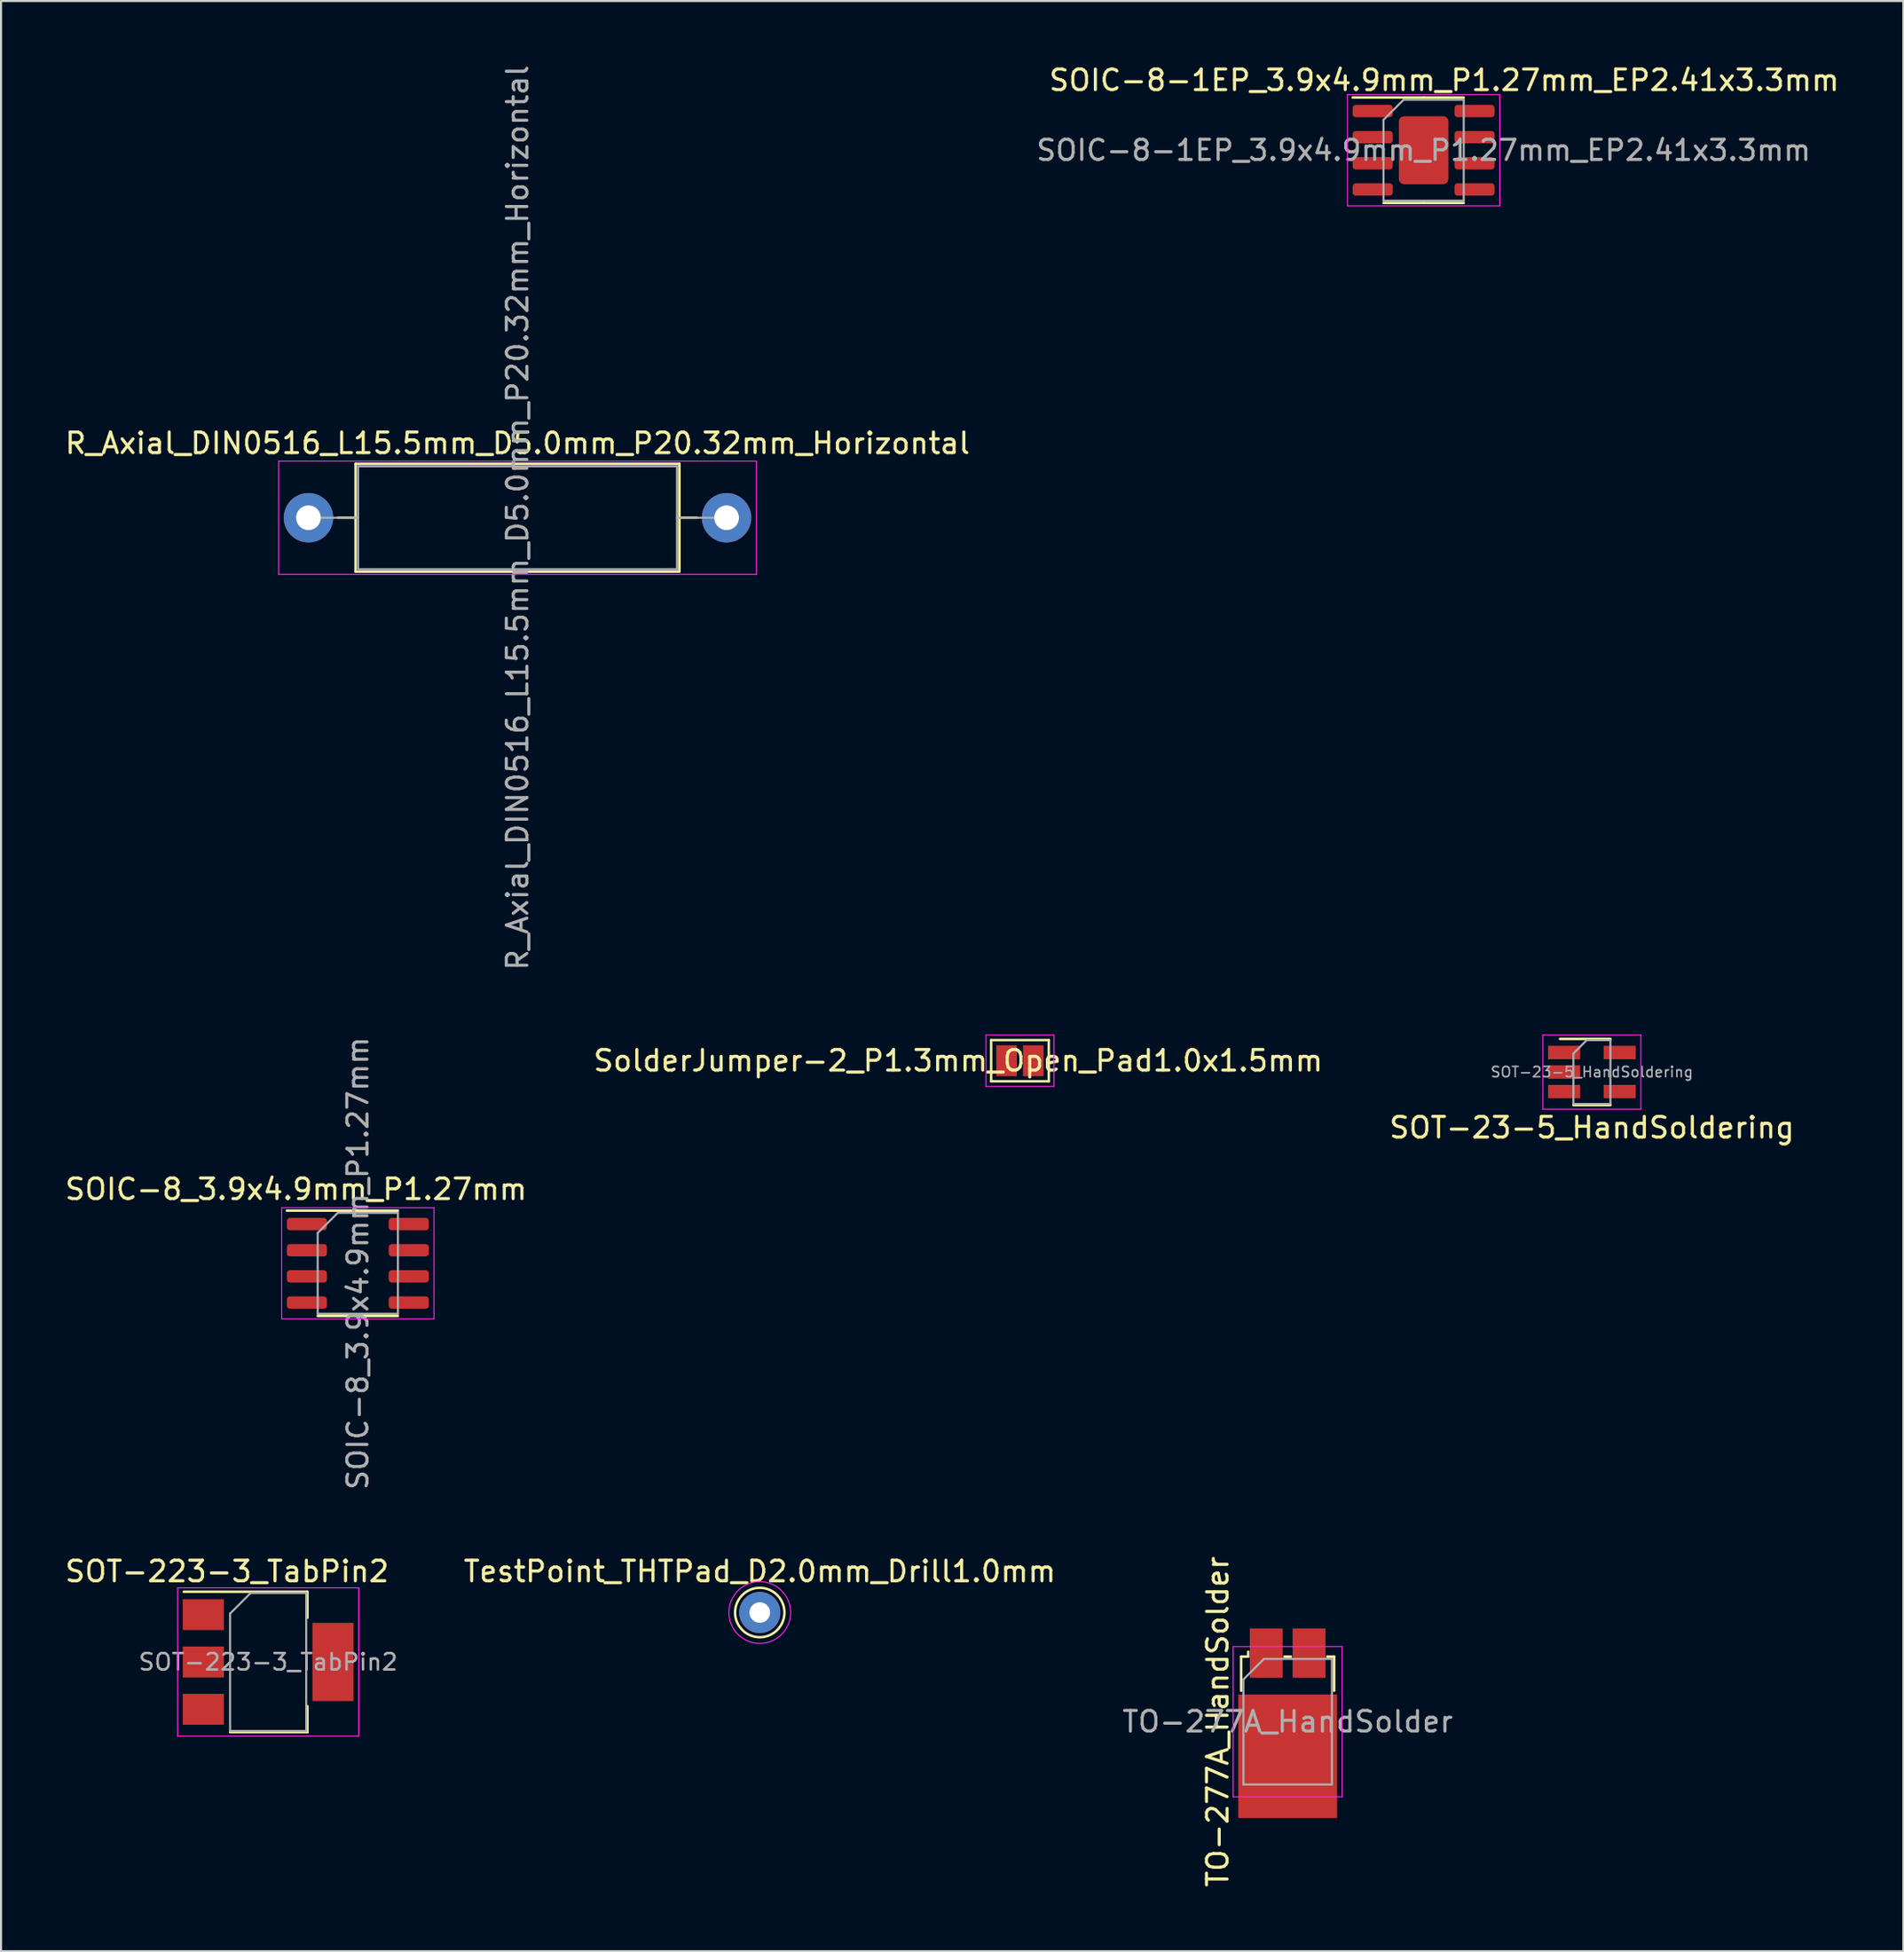
<source format=kicad_pcb>
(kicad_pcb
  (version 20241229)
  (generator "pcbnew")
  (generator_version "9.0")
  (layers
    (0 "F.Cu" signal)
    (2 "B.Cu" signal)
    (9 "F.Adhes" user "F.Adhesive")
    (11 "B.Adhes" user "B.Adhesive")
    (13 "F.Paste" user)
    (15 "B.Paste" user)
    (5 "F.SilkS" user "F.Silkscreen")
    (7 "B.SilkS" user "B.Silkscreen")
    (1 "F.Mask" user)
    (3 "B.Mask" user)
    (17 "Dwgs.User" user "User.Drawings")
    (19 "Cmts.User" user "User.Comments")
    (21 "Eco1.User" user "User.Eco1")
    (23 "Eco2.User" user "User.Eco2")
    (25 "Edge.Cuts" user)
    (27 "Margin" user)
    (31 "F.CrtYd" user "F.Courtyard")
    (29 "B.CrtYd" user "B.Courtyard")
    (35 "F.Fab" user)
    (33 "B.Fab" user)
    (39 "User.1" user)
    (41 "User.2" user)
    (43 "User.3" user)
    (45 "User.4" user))
  (footprint "SolderJumper-2_P1.3mm_Open_Pad1.0x1.5mm"
    (layer "F.Cu")
    (at 46.518 48.477)
    (property "Reference" "SolderJumper-2_P1.3mm_Open_Pad1.0x1.5mm" (at -3 0 0) (layer "F.SilkS") (effects (font (size 1 1) (thickness 0.15))))
    (attr exclude_from_pos_files exclude_from_bom)
    (fp_line (start -1.4 -1) (end 1.4 -1) (stroke (width 0.12) (type solid)) (layer "F.SilkS"))
    (fp_line (start -1.4 1) (end -1.4 -1) (stroke (width 0.12) (type solid)) (layer "F.SilkS"))
    (fp_line (start 1.4 -1) (end 1.4 1) (stroke (width 0.12) (type solid)) (layer "F.SilkS"))
    (fp_line (start 1.4 1) (end -1.4 1) (stroke (width 0.12) (type solid)) (layer "F.SilkS"))
    (fp_line (start -1.65 -1.25) (end -1.65 1.25) (stroke (width 0.05) (type solid)) (layer "F.CrtYd"))
    (fp_line (start -1.65 -1.25) (end 1.65 -1.25) (stroke (width 0.05) (type solid)) (layer "F.CrtYd"))
    (fp_line (start 1.65 1.25) (end -1.65 1.25) (stroke (width 0.05) (type solid)) (layer "F.CrtYd"))
    (fp_line (start 1.65 1.25) (end 1.65 -1.25) (stroke (width 0.05) (type solid)) (layer "F.CrtYd"))
    (pad "1" smd rect (at -0.65 0) (size 1 1.5) (layers "F.Cu" "F.Mask"))
    (pad "2" smd rect (at 0.65 0) (size 1 1.5) (layers "F.Cu" "F.Mask")))
  (footprint "TestPoint_THTPad_D2.0mm_Drill1.0mm"
    (layer "F.Cu")
    (at 33.874 75.283)
    (property "Reference" "TestPoint_THTPad_D2.0mm_Drill1.0mm" (at 0 -1.998 0) (layer "F.SilkS") (effects (font (size 1 1) (thickness 0.15))))
    (attr exclude_from_pos_files exclude_from_bom)
    (fp_circle (center 0 0) (end 0 1.2) (stroke (width 0.12) (type solid)) (fill no) (layer "F.SilkS"))
    (fp_circle (center 0 0) (end 1.5 0) (stroke (width 0.05) (type solid)) (fill no) (layer "F.CrtYd"))
    (pad "1" thru_hole circle (at 0 0) (size 2 2) (drill 1) (layers "*.Cu" "*.Mask")))
  (footprint "TO-277A_HandSolder"
    (layer "F.Cu")
    (at 59.529 80.585)
    (property "Reference" "TO-277A_HandSolder" (at -3.4 0 90) (layer "F.SilkS") (effects (font (size 1 1) (thickness 0.15))))
    (attr smd)
    (fp_line (start -2.26 -3.16) (end -2.26 -1.5) (stroke (width 0.12) (type solid)) (layer "F.SilkS"))
    (fp_line (start -1.92 -3.4) (end -1.92 -3.16) (stroke (width 0.12) (type solid)) (layer "F.SilkS"))
    (fp_line (start -1.92 -3.16) (end -2.26 -3.16) (stroke (width 0.12) (type solid)) (layer "F.SilkS"))
    (fp_line (start -0.16 -3.16) (end 0.16 -3.16) (stroke (width 0.12) (type solid)) (layer "F.SilkS"))
    (fp_line (start 2.26 -3.16) (end 1.92 -3.16) (stroke (width 0.12) (type solid)) (layer "F.SilkS"))
    (fp_line (start 2.26 -1.5) (end 2.26 -3.16) (stroke (width 0.12) (type solid)) (layer "F.SilkS"))
    (fp_line (start -2.65 -3.65) (end -2.65 3.65) (stroke (width 0.05) (type solid)) (layer "F.CrtYd"))
    (fp_line (start -2.65 -3.65) (end 2.65 -3.65) (stroke (width 0.05) (type solid)) (layer "F.CrtYd"))
    (fp_line (start 2.65 3.65) (end -2.65 3.65) (stroke (width 0.05) (type solid)) (layer "F.CrtYd"))
    (fp_line (start 2.65 3.65) (end 2.65 -3.65) (stroke (width 0.05) (type solid)) (layer "F.CrtYd"))
    (fp_line (start -2.15 -2.05) (end -2.15 3.05) (stroke (width 0.1) (type solid)) (layer "F.Fab"))
    (fp_line (start -2.15 3.05) (end 2.15 3.05) (stroke (width 0.1) (type solid)) (layer "F.Fab"))
    (fp_line (start -1.15 -3.05) (end -2.15 -2.05) (stroke (width 0.1) (type solid)) (layer "F.Fab"))
    (fp_line (start 2.15 -3.05) (end -1.15 -3.05) (stroke (width 0.1) (type solid)) (layer "F.Fab"))
    (fp_line (start 2.15 3.05) (end 2.15 -3.05) (stroke (width 0.1) (type solid)) (layer "F.Fab"))
    (fp_text user "${REFERENCE}" (at 0 0 180) (layer "F.Fab") (effects (font (size 1 1) (thickness 0.15))))
    (pad "" smd rect (at -1.7 -0.65 180) (size 1.25 1.2) (layers "F.Paste"))
    (pad "" smd rect (at -1.7 1.04) (size 1.25 1.2) (layers "F.Paste"))
    (pad "" smd rect (at -1.7 2.7) (size 1.25 1.2) (layers "F.Paste"))
    (pad "" smd rect (at 0 -0.65) (size 1.25 1.2) (layers "F.Paste"))
    (pad "" smd rect (at 0 1.04) (size 1.25 1.2) (layers "F.Paste"))
    (pad "" smd rect (at 0 2.7) (size 1.25 1.2) (layers "F.Paste"))
    (pad "" smd rect (at 1.7 -0.65) (size 1.25 1.2) (layers "F.Paste"))
    (pad "" smd rect (at 1.7 1.04) (size 1.25 1.2) (layers "F.Paste"))
    (pad "" smd rect (at 1.7 2.7) (size 1.25 1.2) (layers "F.Paste"))
    (pad "1" smd rect (at -1.04 -3.33) (size 1.6 2.4) (layers "F.Cu" "F.Mask" "F.Paste"))
    (pad "2" smd rect (at 1.04 -3.33) (size 1.6 2.4) (layers "F.Cu" "F.Mask" "F.Paste"))
    (pad "3" smd rect (at 0 1.68) (size 4.8 6) (layers "F.Cu" "F.Mask")))
  (footprint "R_Axial_DIN0516_L15.5mm_D5.0mm_P20.32mm_Horizontal"
    (layer "F.Cu")
    (at 11.941 22.101)
    (property "Reference" "R_Axial_DIN0516_L15.5mm_D5.0mm_P20.32mm_Horizontal" (at 10.16 -3.62 0) (layer "F.SilkS") (effects (font (size 1 1) (thickness 0.15))))
    (attr through_hole)
    (fp_line (start 1.44 0) (end 2.29 0) (stroke (width 0.12) (type solid)) (layer "F.SilkS"))
    (fp_line (start 2.29 -2.62) (end 2.29 2.62) (stroke (width 0.12) (type solid)) (layer "F.SilkS"))
    (fp_line (start 2.29 2.62) (end 18.03 2.62) (stroke (width 0.12) (type solid)) (layer "F.SilkS"))
    (fp_line (start 18.03 -2.62) (end 2.29 -2.62) (stroke (width 0.12) (type solid)) (layer "F.SilkS"))
    (fp_line (start 18.03 2.62) (end 18.03 -2.62) (stroke (width 0.12) (type solid)) (layer "F.SilkS"))
    (fp_line (start 18.88 0) (end 18.03 0) (stroke (width 0.12) (type solid)) (layer "F.SilkS"))
    (fp_line (start -1.45 -2.75) (end -1.45 2.75) (stroke (width 0.05) (type solid)) (layer "F.CrtYd"))
    (fp_line (start -1.45 2.75) (end 21.77 2.75) (stroke (width 0.05) (type solid)) (layer "F.CrtYd"))
    (fp_line (start 21.77 -2.75) (end -1.45 -2.75) (stroke (width 0.05) (type solid)) (layer "F.CrtYd"))
    (fp_line (start 21.77 2.75) (end 21.77 -2.75) (stroke (width 0.05) (type solid)) (layer "F.CrtYd"))
    (fp_line (start 0 0) (end 2.41 0) (stroke (width 0.1) (type solid)) (layer "F.Fab"))
    (fp_line (start 2.41 -2.5) (end 2.41 2.5) (stroke (width 0.1) (type solid)) (layer "F.Fab"))
    (fp_line (start 2.41 2.5) (end 17.91 2.5) (stroke (width 0.1) (type solid)) (layer "F.Fab"))
    (fp_line (start 17.91 -2.5) (end 2.41 -2.5) (stroke (width 0.1) (type solid)) (layer "F.Fab"))
    (fp_line (start 17.91 2.5) (end 17.91 -2.5) (stroke (width 0.1) (type solid)) (layer "F.Fab"))
    (fp_line (start 20.32 0) (end 17.91 0) (stroke (width 0.1) (type solid)) (layer "F.Fab"))
    (fp_text user "${REFERENCE}" (at 10.16 0 90) (layer "F.Fab") (effects (font (size 1 1) (thickness 0.15))))
    (pad "1" thru_hole circle (at 0 0) (size 2.4 2.4) (drill 1.2) (layers "*.Cu" "*.Mask"))
    (pad "2" thru_hole oval (at 20.32 0) (size 2.4 2.4) (drill 1.2) (layers "*.Cu" "*.Mask")))
  (footprint "SOT-23-5_HandSoldering"
    (layer "F.Cu")
    (at 74.315 49.027)
    (property "Reference" "SOT-23-5_HandSoldering" (at 0 2.7 0) (layer "F.SilkS") (effects (font (size 1 1) (thickness 0.15))))
    (attr smd)
    (fp_line (start -0.9 1.61) (end 0.9 1.61) (stroke (width 0.12) (type solid)) (layer "F.SilkS"))
    (fp_line (start 0.9 -1.61) (end -1.55 -1.61) (stroke (width 0.12) (type solid)) (layer "F.SilkS"))
    (fp_line (start -2.38 -1.8) (end -2.38 1.8) (stroke (width 0.05) (type solid)) (layer "F.CrtYd"))
    (fp_line (start -2.38 -1.8) (end 2.38 -1.8) (stroke (width 0.05) (type solid)) (layer "F.CrtYd"))
    (fp_line (start 2.38 1.8) (end -2.38 1.8) (stroke (width 0.05) (type solid)) (layer "F.CrtYd"))
    (fp_line (start 2.38 1.8) (end 2.38 -1.8) (stroke (width 0.05) (type solid)) (layer "F.CrtYd"))
    (fp_line (start -0.9 -0.9) (end -0.9 1.55) (stroke (width 0.1) (type solid)) (layer "F.Fab"))
    (fp_line (start -0.9 -0.9) (end -0.25 -1.55) (stroke (width 0.1) (type solid)) (layer "F.Fab"))
    (fp_line (start 0.9 -1.55) (end -0.25 -1.55) (stroke (width 0.1) (type solid)) (layer "F.Fab"))
    (fp_line (start 0.9 -1.55) (end 0.9 1.55) (stroke (width 0.1) (type solid)) (layer "F.Fab"))
    (fp_line (start 0.9 1.55) (end -0.9 1.55) (stroke (width 0.1) (type solid)) (layer "F.Fab"))
    (fp_text user "${REFERENCE}" (at 0 0 180) (layer "F.Fab") (effects (font (size 0.5 0.5) (thickness 0.075))))
    (pad "1" smd rect (at -1.35 -0.95) (size 1.56 0.65) (layers "F.Cu" "F.Mask" "F.Paste"))
    (pad "2" smd rect (at -1.35 0) (size 1.56 0.65) (layers "F.Cu" "F.Mask" "F.Paste"))
    (pad "3" smd rect (at -1.35 0.95) (size 1.56 0.65) (layers "F.Cu" "F.Mask" "F.Paste"))
    (pad "4" smd rect (at 1.35 0.95) (size 1.56 0.65) (layers "F.Cu" "F.Mask" "F.Paste"))
    (pad "5" smd rect (at 1.35 -0.95) (size 1.56 0.65) (layers "F.Cu" "F.Mask" "F.Paste")))
  (footprint "SOT-223-3_TabPin2"
    (layer "F.Cu")
    (at 9.982 77.685)
    (property "Reference" "SOT-223-3_TabPin2" (at -2 -4.4 0) (layer "F.SilkS") (effects (font (size 1 1) (thickness 0.15))))
    (attr smd)
    (fp_line (start -4.1 -3.41) (end 1.91 -3.41) (stroke (width 0.12) (type solid)) (layer "F.SilkS"))
    (fp_line (start -1.85 3.41) (end 1.91 3.41) (stroke (width 0.12) (type solid)) (layer "F.SilkS"))
    (fp_line (start 1.91 -3.41) (end 1.91 -2.15) (stroke (width 0.12) (type solid)) (layer "F.SilkS"))
    (fp_line (start 1.91 3.41) (end 1.91 2.15) (stroke (width 0.12) (type solid)) (layer "F.SilkS"))
    (fp_line (start -4.4 -3.6) (end -4.4 3.6) (stroke (width 0.05) (type solid)) (layer "F.CrtYd"))
    (fp_line (start -4.4 3.6) (end 4.4 3.6) (stroke (width 0.05) (type solid)) (layer "F.CrtYd"))
    (fp_line (start 4.4 -3.6) (end -4.4 -3.6) (stroke (width 0.05) (type solid)) (layer "F.CrtYd"))
    (fp_line (start 4.4 3.6) (end 4.4 -3.6) (stroke (width 0.05) (type solid)) (layer "F.CrtYd"))
    (fp_line (start -1.85 -2.35) (end -1.85 3.35) (stroke (width 0.1) (type solid)) (layer "F.Fab"))
    (fp_line (start -1.85 -2.35) (end -0.85 -3.35) (stroke (width 0.1) (type solid)) (layer "F.Fab"))
    (fp_line (start -1.85 3.35) (end 1.85 3.35) (stroke (width 0.1) (type solid)) (layer "F.Fab"))
    (fp_line (start -0.85 -3.35) (end 1.85 -3.35) (stroke (width 0.1) (type solid)) (layer "F.Fab"))
    (fp_line (start 1.85 -3.35) (end 1.85 3.35) (stroke (width 0.1) (type solid)) (layer "F.Fab"))
    (fp_text user "${REFERENCE}" (at 0 0 180) (layer "F.Fab") (effects (font (size 0.8 0.8) (thickness 0.12))))
    (pad "1" smd rect (at -3.15 -2.3) (size 2 1.5) (layers "F.Cu" "F.Mask" "F.Paste"))
    (pad "2" smd rect (at -3.15 0) (size 2 1.5) (layers "F.Cu" "F.Mask" "F.Paste"))
    (pad "2" smd rect (at 3.15 0) (size 2 3.8) (layers "F.Cu" "F.Mask" "F.Paste"))
    (pad "3" smd rect (at -3.15 2.3) (size 2 1.5) (layers "F.Cu" "F.Mask" "F.Paste")))
  (footprint "SOIC-8_3.9x4.9mm_P1.27mm"
    (layer "F.Cu")
    (at 14.339 58.319)
    (property "Reference" "SOIC-8_3.9x4.9mm_P1.27mm" (at -3 -3.6 180) (layer "F.SilkS") (effects (font (size 1 1) (thickness 0.15))))
    (attr smd)
    (fp_line (start 0 -2.56) (end -3.45 -2.56) (stroke (width 0.12) (type solid)) (layer "F.SilkS"))
    (fp_line (start 0 -2.56) (end 1.95 -2.56) (stroke (width 0.12) (type solid)) (layer "F.SilkS"))
    (fp_line (start 0 2.56) (end -1.95 2.56) (stroke (width 0.12) (type solid)) (layer "F.SilkS"))
    (fp_line (start 0 2.56) (end 1.95 2.56) (stroke (width 0.12) (type solid)) (layer "F.SilkS"))
    (fp_line (start -3.7 -2.7) (end -3.7 2.7) (stroke (width 0.05) (type solid)) (layer "F.CrtYd"))
    (fp_line (start -3.7 2.7) (end 3.7 2.7) (stroke (width 0.05) (type solid)) (layer "F.CrtYd"))
    (fp_line (start 3.7 -2.7) (end -3.7 -2.7) (stroke (width 0.05) (type solid)) (layer "F.CrtYd"))
    (fp_line (start 3.7 2.7) (end 3.7 -2.7) (stroke (width 0.05) (type solid)) (layer "F.CrtYd"))
    (fp_line (start -1.95 -1.475) (end -0.975 -2.45) (stroke (width 0.1) (type solid)) (layer "F.Fab"))
    (fp_line (start -1.95 2.45) (end -1.95 -1.475) (stroke (width 0.1) (type solid)) (layer "F.Fab"))
    (fp_line (start -0.975 -2.45) (end 1.95 -2.45) (stroke (width 0.1) (type solid)) (layer "F.Fab"))
    (fp_line (start 1.95 -2.45) (end 1.95 2.45) (stroke (width 0.1) (type solid)) (layer "F.Fab"))
    (fp_line (start 1.95 2.45) (end -1.95 2.45) (stroke (width 0.1) (type solid)) (layer "F.Fab"))
    (fp_text user "${REFERENCE}" (at 0 0 270) (layer "F.Fab") (effects (font (size 0.98 0.98) (thickness 0.15))))
    (pad "1" smd roundrect (at -2.475 -1.905) (size 1.95 0.6) (layers "F.Cu" "F.Mask" "F.Paste") (roundrect_rratio 0.25))
    (pad "2" smd roundrect (at -2.475 -0.635) (size 1.95 0.6) (layers "F.Cu" "F.Mask" "F.Paste") (roundrect_rratio 0.25))
    (pad "3" smd roundrect (at -2.475 0.635) (size 1.95 0.6) (layers "F.Cu" "F.Mask" "F.Paste") (roundrect_rratio 0.25))
    (pad "4" smd roundrect (at -2.475 1.905) (size 1.95 0.6) (layers "F.Cu" "F.Mask" "F.Paste") (roundrect_rratio 0.25))
    (pad "5" smd roundrect (at 2.475 1.905) (size 1.95 0.6) (layers "F.Cu" "F.Mask" "F.Paste") (roundrect_rratio 0.25))
    (pad "6" smd roundrect (at 2.475 0.635) (size 1.95 0.6) (layers "F.Cu" "F.Mask" "F.Paste") (roundrect_rratio 0.25))
    (pad "7" smd roundrect (at 2.475 -0.635) (size 1.95 0.6) (layers "F.Cu" "F.Mask" "F.Paste") (roundrect_rratio 0.25))
    (pad "8" smd roundrect (at 2.475 -1.905) (size 1.95 0.6) (layers "F.Cu" "F.Mask" "F.Paste") (roundrect_rratio 0.25)))
  (footprint "SOIC-8-1EP_3.9x4.9mm_P1.27mm_EP2.41x3.3mm"
    (layer "F.Cu")
    (at 66.136 4.248)
    (property "Reference" "SOIC-8-1EP_3.9x4.9mm_P1.27mm_EP2.41x3.3mm" (at 1 -3.4 0) (layer "F.SilkS") (effects (font (size 1 1) (thickness 0.15))))
    (attr smd)
    (fp_line (start 0 -2.56) (end -3.45 -2.56) (stroke (width 0.12) (type solid)) (layer "F.SilkS"))
    (fp_line (start 0 -2.56) (end 1.95 -2.56) (stroke (width 0.12) (type solid)) (layer "F.SilkS"))
    (fp_line (start 0 2.56) (end -1.95 2.56) (stroke (width 0.12) (type solid)) (layer "F.SilkS"))
    (fp_line (start 0 2.56) (end 1.95 2.56) (stroke (width 0.12) (type solid)) (layer "F.SilkS"))
    (fp_line (start -3.7 -2.7) (end -3.7 2.7) (stroke (width 0.05) (type solid)) (layer "F.CrtYd"))
    (fp_line (start -3.7 2.7) (end 3.7 2.7) (stroke (width 0.05) (type solid)) (layer "F.CrtYd"))
    (fp_line (start 3.7 -2.7) (end -3.7 -2.7) (stroke (width 0.05) (type solid)) (layer "F.CrtYd"))
    (fp_line (start 3.7 2.7) (end 3.7 -2.7) (stroke (width 0.05) (type solid)) (layer "F.CrtYd"))
    (fp_line (start -1.95 -1.475) (end -0.975 -2.45) (stroke (width 0.1) (type solid)) (layer "F.Fab"))
    (fp_line (start -1.95 2.45) (end -1.95 -1.475) (stroke (width 0.1) (type solid)) (layer "F.Fab"))
    (fp_line (start -0.975 -2.45) (end 1.95 -2.45) (stroke (width 0.1) (type solid)) (layer "F.Fab"))
    (fp_line (start 1.95 -2.45) (end 1.95 2.45) (stroke (width 0.1) (type solid)) (layer "F.Fab"))
    (fp_line (start 1.95 2.45) (end -1.95 2.45) (stroke (width 0.1) (type solid)) (layer "F.Fab"))
    (fp_text user "${REFERENCE}" (at 0 0 0) (layer "F.Fab") (effects (font (size 0.98 0.98) (thickness 0.15))))
    (pad "" smd roundrect (at -0.6 -0.825) (size 0.97 1.33) (layers "F.Paste") (roundrect_rratio 0.25))
    (pad "" smd roundrect (at -0.6 0.825) (size 0.97 1.33) (layers "F.Paste") (roundrect_rratio 0.25))
    (pad "" smd roundrect (at 0.6 -0.825) (size 0.97 1.33) (layers "F.Paste") (roundrect_rratio 0.25))
    (pad "" smd roundrect (at 0.6 0.825) (size 0.97 1.33) (layers "F.Paste") (roundrect_rratio 0.25))
    (pad "1" smd roundrect (at -2.475 -1.905) (size 1.95 0.6) (layers "F.Cu" "F.Mask" "F.Paste") (roundrect_rratio 0.25))
    (pad "2" smd roundrect (at -2.475 -0.635) (size 1.95 0.6) (layers "F.Cu" "F.Mask" "F.Paste") (roundrect_rratio 0.25))
    (pad "3" smd roundrect (at -2.475 0.635) (size 1.95 0.6) (layers "F.Cu" "F.Mask" "F.Paste") (roundrect_rratio 0.25))
    (pad "4" smd roundrect (at -2.475 1.905) (size 1.95 0.6) (layers "F.Cu" "F.Mask" "F.Paste") (roundrect_rratio 0.25))
    (pad "5" smd roundrect (at 2.475 1.905) (size 1.95 0.6) (layers "F.Cu" "F.Mask" "F.Paste") (roundrect_rratio 0.25))
    (pad "6" smd roundrect (at 2.475 0.635) (size 1.95 0.6) (layers "F.Cu" "F.Mask" "F.Paste") (roundrect_rratio 0.25))
    (pad "7" smd roundrect (at 2.475 -0.635) (size 1.95 0.6) (layers "F.Cu" "F.Mask" "F.Paste") (roundrect_rratio 0.25))
    (pad "8" smd roundrect (at 2.475 -1.905) (size 1.95 0.6) (layers "F.Cu" "F.Mask" "F.Paste") (roundrect_rratio 0.25))
    (pad "9" smd roundrect (at 0 0) (size 2.41 3.3) (layers "F.Cu" "F.Mask") (roundrect_rratio 0.104)))
  (gr_rect
    (start -3 -3)
    (end 89.452 91.734)
    (stroke (width 0.1) (type default))
    (fill no)
    (layer "Edge.Cuts")))
</source>
